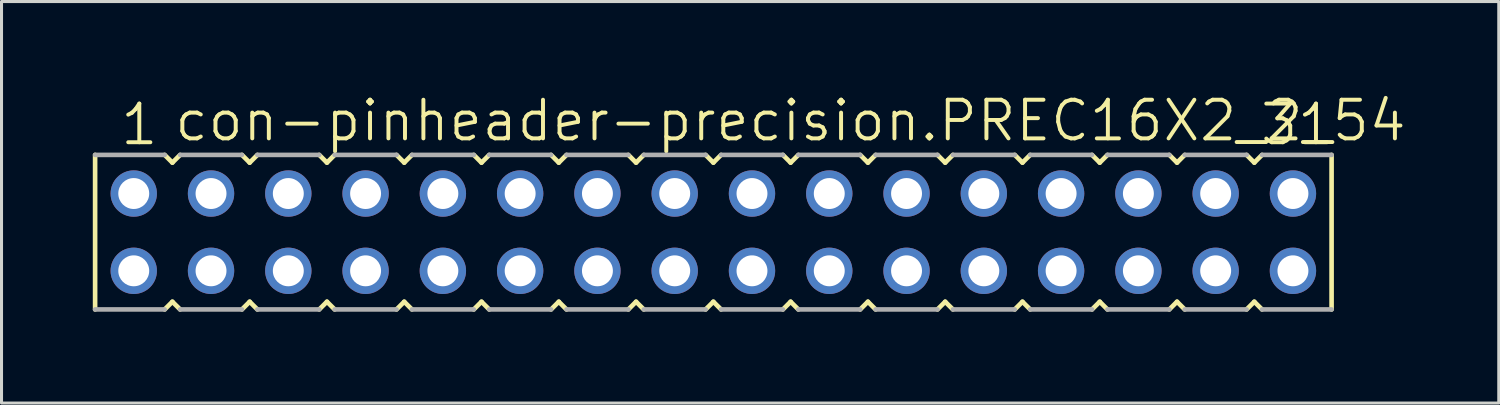
<source format=kicad_pcb>
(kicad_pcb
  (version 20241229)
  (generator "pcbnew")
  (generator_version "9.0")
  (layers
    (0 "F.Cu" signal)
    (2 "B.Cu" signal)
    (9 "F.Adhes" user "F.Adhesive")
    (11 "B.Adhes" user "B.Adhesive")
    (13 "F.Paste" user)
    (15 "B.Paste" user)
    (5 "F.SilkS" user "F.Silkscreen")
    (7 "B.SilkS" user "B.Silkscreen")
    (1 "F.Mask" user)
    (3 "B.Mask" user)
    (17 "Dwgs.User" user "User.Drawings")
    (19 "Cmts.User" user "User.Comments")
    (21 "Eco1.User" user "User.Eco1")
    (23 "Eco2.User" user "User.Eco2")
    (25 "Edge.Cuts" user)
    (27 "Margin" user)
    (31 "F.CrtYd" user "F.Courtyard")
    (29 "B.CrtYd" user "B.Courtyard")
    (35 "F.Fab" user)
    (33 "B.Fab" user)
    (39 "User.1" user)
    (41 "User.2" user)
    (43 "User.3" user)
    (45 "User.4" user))
  (footprint "con-pinheader-precision.PREC16X2_2_54"
    (layer "F.Cu")
    (at 20.396 4.581)
    (property "Reference" "con-pinheader-precision.PREC16X2_2_54" (at -17.78 -2.921 0) (layer "F.SilkS") (effects (font (size 1.27 1.27) (thickness 0.13)) (justify left bottom)))
    (attr through_hole)
    (fp_line (start -20.32 -2.54) (end -20.32 2.54) (stroke (width 0.152) (type default)) (layer "F.SilkS"))
    (fp_line (start -18.034 2.54) (end -17.78 2.286) (stroke (width 0.152) (type default)) (layer "F.SilkS"))
    (fp_line (start -17.78 -2.286) (end -18.034 -2.54) (stroke (width 0.152) (type default)) (layer "F.SilkS"))
    (fp_line (start -17.78 2.286) (end -17.526 2.54) (stroke (width 0.152) (type default)) (layer "F.SilkS"))
    (fp_line (start -17.526 -2.54) (end -17.78 -2.286) (stroke (width 0.152) (type default)) (layer "F.SilkS"))
    (fp_line (start -15.494 2.54) (end -15.24 2.286) (stroke (width 0.152) (type default)) (layer "F.SilkS"))
    (fp_line (start -15.24 -2.286) (end -15.494 -2.54) (stroke (width 0.152) (type default)) (layer "F.SilkS"))
    (fp_line (start -15.24 2.286) (end -14.986 2.54) (stroke (width 0.152) (type default)) (layer "F.SilkS"))
    (fp_line (start -14.986 -2.54) (end -15.24 -2.286) (stroke (width 0.152) (type default)) (layer "F.SilkS"))
    (fp_line (start -12.954 2.54) (end -12.7 2.286) (stroke (width 0.152) (type default)) (layer "F.SilkS"))
    (fp_line (start -12.7 -2.286) (end -12.954 -2.54) (stroke (width 0.152) (type default)) (layer "F.SilkS"))
    (fp_line (start -12.7 2.286) (end -12.446 2.54) (stroke (width 0.152) (type default)) (layer "F.SilkS"))
    (fp_line (start -12.446 -2.54) (end -12.7 -2.286) (stroke (width 0.152) (type default)) (layer "F.SilkS"))
    (fp_line (start -10.414 2.54) (end -10.16 2.286) (stroke (width 0.152) (type default)) (layer "F.SilkS"))
    (fp_line (start -10.16 -2.286) (end -10.414 -2.54) (stroke (width 0.152) (type default)) (layer "F.SilkS"))
    (fp_line (start -10.16 2.286) (end -9.906 2.54) (stroke (width 0.152) (type default)) (layer "F.SilkS"))
    (fp_line (start -9.906 -2.54) (end -10.16 -2.286) (stroke (width 0.152) (type default)) (layer "F.SilkS"))
    (fp_line (start -7.874 2.54) (end -7.62 2.286) (stroke (width 0.152) (type default)) (layer "F.SilkS"))
    (fp_line (start -7.62 -2.286) (end -7.874 -2.54) (stroke (width 0.152) (type default)) (layer "F.SilkS"))
    (fp_line (start -7.62 2.286) (end -7.366 2.54) (stroke (width 0.152) (type default)) (layer "F.SilkS"))
    (fp_line (start -7.366 -2.54) (end -7.62 -2.286) (stroke (width 0.152) (type default)) (layer "F.SilkS"))
    (fp_line (start -5.334 2.54) (end -5.08 2.286) (stroke (width 0.152) (type default)) (layer "F.SilkS"))
    (fp_line (start -5.08 -2.286) (end -5.334 -2.54) (stroke (width 0.152) (type default)) (layer "F.SilkS"))
    (fp_line (start -5.08 2.286) (end -4.826 2.54) (stroke (width 0.152) (type default)) (layer "F.SilkS"))
    (fp_line (start -4.826 -2.54) (end -5.08 -2.286) (stroke (width 0.152) (type default)) (layer "F.SilkS"))
    (fp_line (start -2.794 2.54) (end -2.54 2.286) (stroke (width 0.152) (type default)) (layer "F.SilkS"))
    (fp_line (start -2.54 -2.286) (end -2.794 -2.54) (stroke (width 0.152) (type default)) (layer "F.SilkS"))
    (fp_line (start -2.54 2.286) (end -2.286 2.54) (stroke (width 0.152) (type default)) (layer "F.SilkS"))
    (fp_line (start -2.286 -2.54) (end -2.54 -2.286) (stroke (width 0.152) (type default)) (layer "F.SilkS"))
    (fp_line (start -0.254 2.54) (end 0 2.286) (stroke (width 0.152) (type default)) (layer "F.SilkS"))
    (fp_line (start 0 -2.286) (end -0.254 -2.54) (stroke (width 0.152) (type default)) (layer "F.SilkS"))
    (fp_line (start 0 2.286) (end 0.254 2.54) (stroke (width 0.152) (type default)) (layer "F.SilkS"))
    (fp_line (start 0.254 -2.54) (end 0 -2.286) (stroke (width 0.152) (type default)) (layer "F.SilkS"))
    (fp_line (start 2.286 2.54) (end 2.54 2.286) (stroke (width 0.152) (type default)) (layer "F.SilkS"))
    (fp_line (start 2.54 -2.286) (end 2.286 -2.54) (stroke (width 0.152) (type default)) (layer "F.SilkS"))
    (fp_line (start 2.54 2.286) (end 2.794 2.54) (stroke (width 0.152) (type default)) (layer "F.SilkS"))
    (fp_line (start 2.794 -2.54) (end 2.54 -2.286) (stroke (width 0.152) (type default)) (layer "F.SilkS"))
    (fp_line (start 4.826 2.54) (end 5.08 2.286) (stroke (width 0.152) (type default)) (layer "F.SilkS"))
    (fp_line (start 5.08 -2.286) (end 4.826 -2.54) (stroke (width 0.152) (type default)) (layer "F.SilkS"))
    (fp_line (start 5.08 2.286) (end 5.334 2.54) (stroke (width 0.152) (type default)) (layer "F.SilkS"))
    (fp_line (start 5.334 -2.54) (end 5.08 -2.286) (stroke (width 0.152) (type default)) (layer "F.SilkS"))
    (fp_line (start 7.366 2.54) (end 7.62 2.286) (stroke (width 0.152) (type default)) (layer "F.SilkS"))
    (fp_line (start 7.62 -2.286) (end 7.366 -2.54) (stroke (width 0.152) (type default)) (layer "F.SilkS"))
    (fp_line (start 7.62 2.286) (end 7.874 2.54) (stroke (width 0.152) (type default)) (layer "F.SilkS"))
    (fp_line (start 7.874 -2.54) (end 7.62 -2.286) (stroke (width 0.152) (type default)) (layer "F.SilkS"))
    (fp_line (start 9.906 2.54) (end 10.16 2.286) (stroke (width 0.152) (type default)) (layer "F.SilkS"))
    (fp_line (start 10.16 -2.286) (end 9.906 -2.54) (stroke (width 0.152) (type default)) (layer "F.SilkS"))
    (fp_line (start 10.16 2.286) (end 10.414 2.54) (stroke (width 0.152) (type default)) (layer "F.SilkS"))
    (fp_line (start 10.414 -2.54) (end 10.16 -2.286) (stroke (width 0.152) (type default)) (layer "F.SilkS"))
    (fp_line (start 12.446 2.54) (end 12.7 2.286) (stroke (width 0.152) (type default)) (layer "F.SilkS"))
    (fp_line (start 12.7 -2.286) (end 12.446 -2.54) (stroke (width 0.152) (type default)) (layer "F.SilkS"))
    (fp_line (start 12.7 2.286) (end 12.954 2.54) (stroke (width 0.152) (type default)) (layer "F.SilkS"))
    (fp_line (start 12.954 -2.54) (end 12.7 -2.286) (stroke (width 0.152) (type default)) (layer "F.SilkS"))
    (fp_line (start 14.986 2.54) (end 15.24 2.286) (stroke (width 0.152) (type default)) (layer "F.SilkS"))
    (fp_line (start 15.24 -2.286) (end 14.986 -2.54) (stroke (width 0.152) (type default)) (layer "F.SilkS"))
    (fp_line (start 15.24 2.286) (end 15.494 2.54) (stroke (width 0.152) (type default)) (layer "F.SilkS"))
    (fp_line (start 15.494 -2.54) (end 15.24 -2.286) (stroke (width 0.152) (type default)) (layer "F.SilkS"))
    (fp_line (start 17.526 2.54) (end 17.78 2.286) (stroke (width 0.152) (type default)) (layer "F.SilkS"))
    (fp_line (start 17.78 -2.286) (end 17.526 -2.54) (stroke (width 0.152) (type default)) (layer "F.SilkS"))
    (fp_line (start 17.78 2.286) (end 18.034 2.54) (stroke (width 0.152) (type default)) (layer "F.SilkS"))
    (fp_line (start 18.034 -2.54) (end 17.78 -2.286) (stroke (width 0.152) (type default)) (layer "F.SilkS"))
    (fp_line (start 20.32 -2.54) (end 20.32 2.54) (stroke (width 0.152) (type default)) (layer "F.SilkS"))
    (fp_line (start -20.32 2.54) (end -18.034 2.54) (stroke (width 0.152) (type default)) (layer "F.Fab"))
    (fp_line (start -18.034 -2.54) (end -20.32 -2.54) (stroke (width 0.152) (type default)) (layer "F.Fab"))
    (fp_line (start -17.526 2.54) (end -15.494 2.54) (stroke (width 0.152) (type default)) (layer "F.Fab"))
    (fp_line (start -15.494 -2.54) (end -17.526 -2.54) (stroke (width 0.152) (type default)) (layer "F.Fab"))
    (fp_line (start -14.986 2.54) (end -12.954 2.54) (stroke (width 0.152) (type default)) (layer "F.Fab"))
    (fp_line (start -12.954 -2.54) (end -14.986 -2.54) (stroke (width 0.152) (type default)) (layer "F.Fab"))
    (fp_line (start -12.446 2.54) (end -10.414 2.54) (stroke (width 0.152) (type default)) (layer "F.Fab"))
    (fp_line (start -10.414 -2.54) (end -12.446 -2.54) (stroke (width 0.152) (type default)) (layer "F.Fab"))
    (fp_line (start -9.906 2.54) (end -7.874 2.54) (stroke (width 0.152) (type default)) (layer "F.Fab"))
    (fp_line (start -7.874 -2.54) (end -9.906 -2.54) (stroke (width 0.152) (type default)) (layer "F.Fab"))
    (fp_line (start -7.366 2.54) (end -5.334 2.54) (stroke (width 0.152) (type default)) (layer "F.Fab"))
    (fp_line (start -5.334 -2.54) (end -7.366 -2.54) (stroke (width 0.152) (type default)) (layer "F.Fab"))
    (fp_line (start -4.826 2.54) (end -2.794 2.54) (stroke (width 0.152) (type default)) (layer "F.Fab"))
    (fp_line (start -2.794 -2.54) (end -4.826 -2.54) (stroke (width 0.152) (type default)) (layer "F.Fab"))
    (fp_line (start -2.286 2.54) (end -0.254 2.54) (stroke (width 0.152) (type default)) (layer "F.Fab"))
    (fp_line (start -0.254 -2.54) (end -2.286 -2.54) (stroke (width 0.152) (type default)) (layer "F.Fab"))
    (fp_line (start 0.254 2.54) (end 2.286 2.54) (stroke (width 0.152) (type default)) (layer "F.Fab"))
    (fp_line (start 2.286 -2.54) (end 0.254 -2.54) (stroke (width 0.152) (type default)) (layer "F.Fab"))
    (fp_line (start 2.794 2.54) (end 4.826 2.54) (stroke (width 0.152) (type default)) (layer "F.Fab"))
    (fp_line (start 4.826 -2.54) (end 2.794 -2.54) (stroke (width 0.152) (type default)) (layer "F.Fab"))
    (fp_line (start 5.334 2.54) (end 7.366 2.54) (stroke (width 0.152) (type default)) (layer "F.Fab"))
    (fp_line (start 7.366 -2.54) (end 5.334 -2.54) (stroke (width 0.152) (type default)) (layer "F.Fab"))
    (fp_line (start 7.874 2.54) (end 9.906 2.54) (stroke (width 0.152) (type default)) (layer "F.Fab"))
    (fp_line (start 9.906 -2.54) (end 7.874 -2.54) (stroke (width 0.152) (type default)) (layer "F.Fab"))
    (fp_line (start 10.414 2.54) (end 12.446 2.54) (stroke (width 0.152) (type default)) (layer "F.Fab"))
    (fp_line (start 12.446 -2.54) (end 10.414 -2.54) (stroke (width 0.152) (type default)) (layer "F.Fab"))
    (fp_line (start 12.954 2.54) (end 14.986 2.54) (stroke (width 0.152) (type default)) (layer "F.Fab"))
    (fp_line (start 14.986 -2.54) (end 12.954 -2.54) (stroke (width 0.152) (type default)) (layer "F.Fab"))
    (fp_line (start 15.494 2.54) (end 17.526 2.54) (stroke (width 0.152) (type default)) (layer "F.Fab"))
    (fp_line (start 17.526 -2.54) (end 15.494 -2.54) (stroke (width 0.152) (type default)) (layer "F.Fab"))
    (fp_line (start 18.034 2.54) (end 20.32 2.54) (stroke (width 0.152) (type default)) (layer "F.Fab"))
    (fp_line (start 20.32 -2.54) (end 18.034 -2.54) (stroke (width 0.152) (type default)) (layer "F.Fab"))
    (fp_text user "1" (at -19.558 -2.794 0) (layer "F.SilkS") (effects (font (size 1.27 1.27) (thickness 0.13)) (justify left bottom)))
    (fp_text user "31" (at 17.907 -2.794 0) (layer "F.SilkS") (effects (font (size 1.27 1.27) (thickness 0.13)) (justify left bottom)))
    (pad "1" thru_hole circle (at -19.05 -1.27 180) (size 1.524 1.524) (drill 1.016) (layers "*.Cu" "*.Mask"))
    (pad "2" thru_hole circle (at -19.05 1.27 180) (size 1.524 1.524) (drill 1.016) (layers "*.Cu" "*.Mask"))
    (pad "3" thru_hole circle (at -16.51 -1.27 180) (size 1.524 1.524) (drill 1.016) (layers "*.Cu" "*.Mask"))
    (pad "4" thru_hole circle (at -16.51 1.27 180) (size 1.524 1.524) (drill 1.016) (layers "*.Cu" "*.Mask"))
    (pad "5" thru_hole circle (at -13.97 -1.27 180) (size 1.524 1.524) (drill 1.016) (layers "*.Cu" "*.Mask"))
    (pad "6" thru_hole circle (at -13.97 1.27 180) (size 1.524 1.524) (drill 1.016) (layers "*.Cu" "*.Mask"))
    (pad "7" thru_hole circle (at -11.43 -1.27 180) (size 1.524 1.524) (drill 1.016) (layers "*.Cu" "*.Mask"))
    (pad "8" thru_hole circle (at -11.43 1.27 180) (size 1.524 1.524) (drill 1.016) (layers "*.Cu" "*.Mask"))
    (pad "9" thru_hole circle (at -8.89 -1.27 180) (size 1.524 1.524) (drill 1.016) (layers "*.Cu" "*.Mask"))
    (pad "10" thru_hole circle (at -8.89 1.27 180) (size 1.524 1.524) (drill 1.016) (layers "*.Cu" "*.Mask"))
    (pad "11" thru_hole circle (at -6.35 -1.27 180) (size 1.524 1.524) (drill 1.016) (layers "*.Cu" "*.Mask"))
    (pad "12" thru_hole circle (at -6.35 1.27 180) (size 1.524 1.524) (drill 1.016) (layers "*.Cu" "*.Mask"))
    (pad "13" thru_hole circle (at -3.81 -1.27 180) (size 1.524 1.524) (drill 1.016) (layers "*.Cu" "*.Mask"))
    (pad "14" thru_hole circle (at -3.81 1.27 180) (size 1.524 1.524) (drill 1.016) (layers "*.Cu" "*.Mask"))
    (pad "15" thru_hole circle (at -1.27 -1.27 180) (size 1.524 1.524) (drill 1.016) (layers "*.Cu" "*.Mask"))
    (pad "16" thru_hole circle (at -1.27 1.27 180) (size 1.524 1.524) (drill 1.016) (layers "*.Cu" "*.Mask"))
    (pad "17" thru_hole circle (at 1.27 -1.27 180) (size 1.524 1.524) (drill 1.016) (layers "*.Cu" "*.Mask"))
    (pad "18" thru_hole circle (at 1.27 1.27 180) (size 1.524 1.524) (drill 1.016) (layers "*.Cu" "*.Mask"))
    (pad "19" thru_hole circle (at 3.81 -1.27 180) (size 1.524 1.524) (drill 1.016) (layers "*.Cu" "*.Mask"))
    (pad "20" thru_hole circle (at 3.81 1.27 180) (size 1.524 1.524) (drill 1.016) (layers "*.Cu" "*.Mask"))
    (pad "21" thru_hole circle (at 6.35 -1.27 180) (size 1.524 1.524) (drill 1.016) (layers "*.Cu" "*.Mask"))
    (pad "22" thru_hole circle (at 6.35 1.27 180) (size 1.524 1.524) (drill 1.016) (layers "*.Cu" "*.Mask"))
    (pad "23" thru_hole circle (at 8.89 -1.27 180) (size 1.524 1.524) (drill 1.016) (layers "*.Cu" "*.Mask"))
    (pad "24" thru_hole circle (at 8.89 1.27 180) (size 1.524 1.524) (drill 1.016) (layers "*.Cu" "*.Mask"))
    (pad "25" thru_hole circle (at 11.43 -1.27 180) (size 1.524 1.524) (drill 1.016) (layers "*.Cu" "*.Mask"))
    (pad "26" thru_hole circle (at 11.43 1.27 180) (size 1.524 1.524) (drill 1.016) (layers "*.Cu" "*.Mask"))
    (pad "27" thru_hole circle (at 13.97 -1.27 180) (size 1.524 1.524) (drill 1.016) (layers "*.Cu" "*.Mask"))
    (pad "28" thru_hole circle (at 13.97 1.27 180) (size 1.524 1.524) (drill 1.016) (layers "*.Cu" "*.Mask"))
    (pad "29" thru_hole circle (at 16.51 -1.27 180) (size 1.524 1.524) (drill 1.016) (layers "*.Cu" "*.Mask"))
    (pad "30" thru_hole circle (at 16.51 1.27 180) (size 1.524 1.524) (drill 1.016) (layers "*.Cu" "*.Mask"))
    (pad "31" thru_hole circle (at 19.05 -1.27 180) (size 1.524 1.524) (drill 1.016) (layers "*.Cu" "*.Mask"))
    (pad "32" thru_hole circle (at 19.05 1.27 180) (size 1.524 1.524) (drill 1.016) (layers "*.Cu" "*.Mask")))
  (gr_rect
    (start -3 -3)
    (end 46.211 10.197)
    (stroke (width 0.1) (type default))
    (fill no)
    (layer "Edge.Cuts")))
</source>
